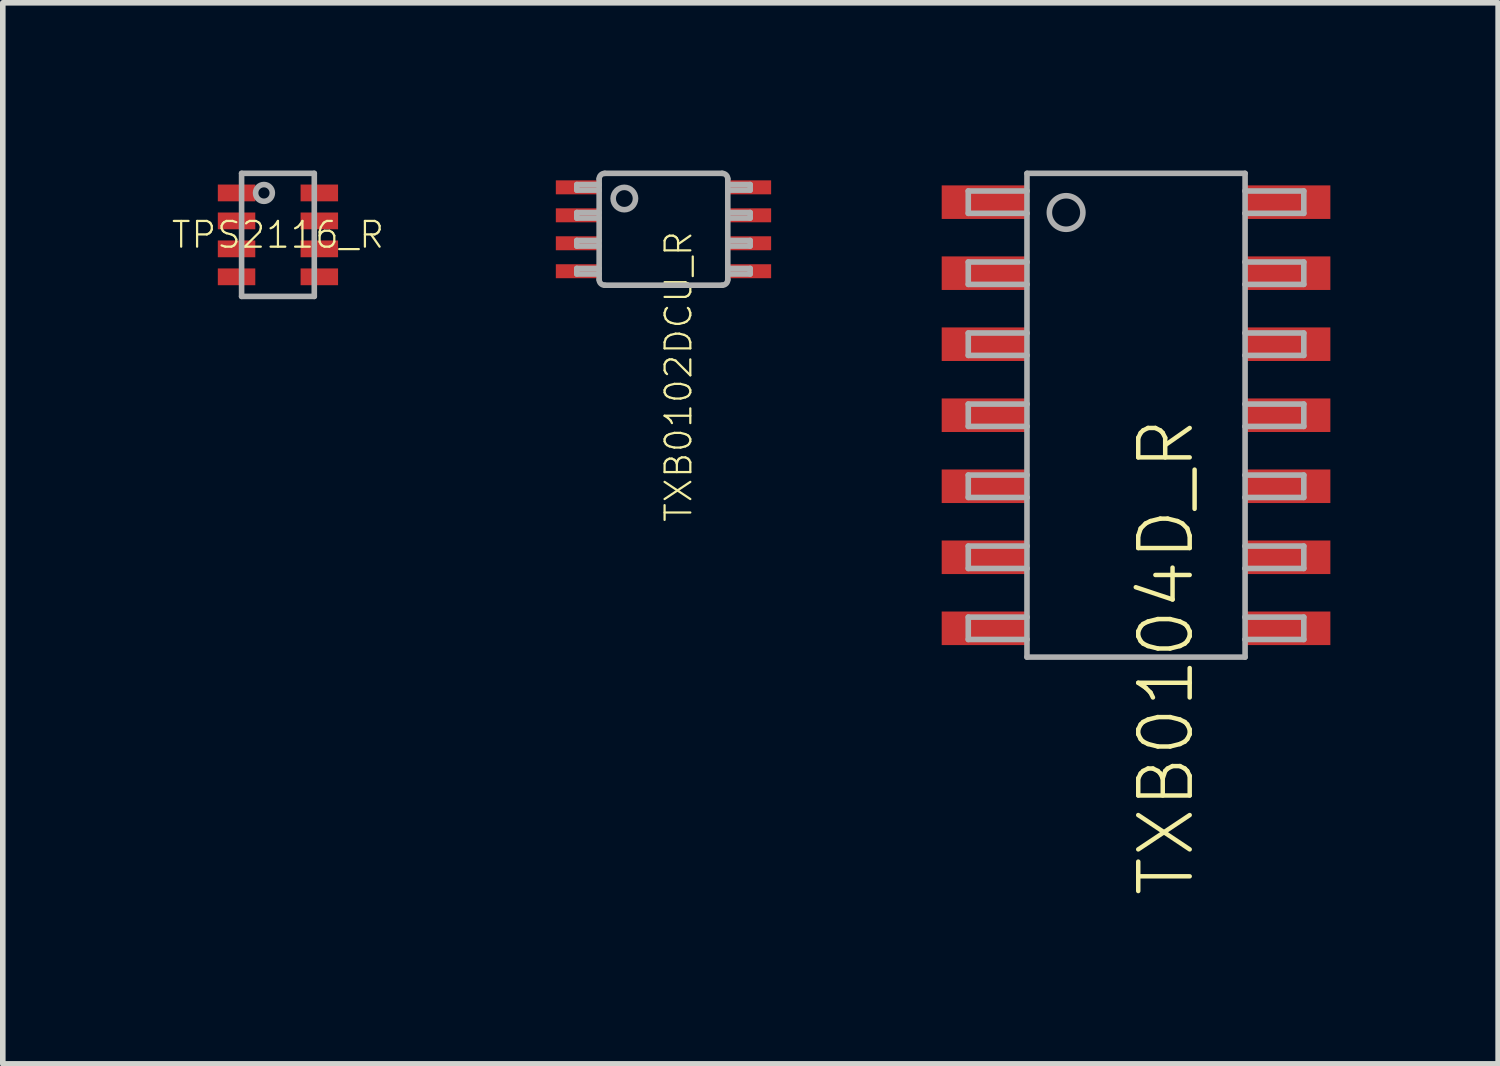
<source format=kicad_pcb>
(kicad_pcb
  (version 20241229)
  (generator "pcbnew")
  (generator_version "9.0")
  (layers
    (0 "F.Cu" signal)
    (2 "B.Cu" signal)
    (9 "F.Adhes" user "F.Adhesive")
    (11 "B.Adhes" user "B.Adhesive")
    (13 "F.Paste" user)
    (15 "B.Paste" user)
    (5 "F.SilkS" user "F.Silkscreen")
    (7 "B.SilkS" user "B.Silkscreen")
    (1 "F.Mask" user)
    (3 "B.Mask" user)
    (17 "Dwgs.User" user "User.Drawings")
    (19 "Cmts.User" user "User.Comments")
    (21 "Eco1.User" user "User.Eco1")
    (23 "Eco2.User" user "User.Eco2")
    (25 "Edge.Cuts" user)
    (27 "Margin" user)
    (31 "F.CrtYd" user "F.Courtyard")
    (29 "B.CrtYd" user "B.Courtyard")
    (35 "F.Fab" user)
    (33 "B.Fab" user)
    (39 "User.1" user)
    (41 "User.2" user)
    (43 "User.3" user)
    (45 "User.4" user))
  (footprint "TXB0104D_R"
    (layer "F.Cu")
    (at 17.264 4.375)
    (property "Reference" "TXB0104D_R" (at 0 0 90) (unlocked yes) (layer "F.SilkS") (effects (font (size 0.92 0.92) (thickness 0.08)) (justify right top)))
    (fp_poly (pts (xy -3.45 -3.535) (xy -1.95 -3.535) (xy -1.95 -4.085) (xy -3.45 -4.085)) (stroke (width 0) (type default)) (fill yes) (layer "F.Paste"))
    (fp_poly (pts (xy -3.45 -2.265) (xy -1.95 -2.265) (xy -1.95 -2.815) (xy -3.45 -2.815)) (stroke (width 0) (type default)) (fill yes) (layer "F.Paste"))
    (fp_poly (pts (xy -3.45 -0.995) (xy -1.95 -0.995) (xy -1.95 -1.545) (xy -3.45 -1.545)) (stroke (width 0) (type default)) (fill yes) (layer "F.Paste"))
    (fp_poly (pts (xy -3.45 0.275) (xy -1.95 0.275) (xy -1.95 -0.275) (xy -3.45 -0.275)) (stroke (width 0) (type default)) (fill yes) (layer "F.Paste"))
    (fp_poly (pts (xy -3.45 1.545) (xy -1.95 1.545) (xy -1.95 0.995) (xy -3.45 0.995)) (stroke (width 0) (type default)) (fill yes) (layer "F.Paste"))
    (fp_poly (pts (xy -3.45 2.815) (xy -1.95 2.815) (xy -1.95 2.265) (xy -3.45 2.265)) (stroke (width 0) (type default)) (fill yes) (layer "F.Paste"))
    (fp_poly (pts (xy -3.45 4.085) (xy -1.95 4.085) (xy -1.95 3.535) (xy -3.45 3.535)) (stroke (width 0) (type default)) (fill yes) (layer "F.Paste"))
    (fp_poly (pts (xy 1.95 -3.535) (xy 3.45 -3.535) (xy 3.45 -4.085) (xy 1.95 -4.085)) (stroke (width 0) (type default)) (fill yes) (layer "F.Paste"))
    (fp_poly (pts (xy 1.95 -2.265) (xy 3.45 -2.265) (xy 3.45 -2.815) (xy 1.95 -2.815)) (stroke (width 0) (type default)) (fill yes) (layer "F.Paste"))
    (fp_poly (pts (xy 1.95 -0.995) (xy 3.45 -0.995) (xy 3.45 -1.545) (xy 1.95 -1.545)) (stroke (width 0) (type default)) (fill yes) (layer "F.Paste"))
    (fp_poly (pts (xy 1.95 0.275) (xy 3.45 0.275) (xy 3.45 -0.275) (xy 1.95 -0.275)) (stroke (width 0) (type default)) (fill yes) (layer "F.Paste"))
    (fp_poly (pts (xy 1.95 1.545) (xy 3.45 1.545) (xy 3.45 0.995) (xy 1.95 0.995)) (stroke (width 0) (type default)) (fill yes) (layer "F.Paste"))
    (fp_poly (pts (xy 1.95 2.815) (xy 3.45 2.815) (xy 3.45 2.265) (xy 1.95 2.265)) (stroke (width 0) (type default)) (fill yes) (layer "F.Paste"))
    (fp_poly (pts (xy 1.95 4.085) (xy 3.45 4.085) (xy 3.45 3.535) (xy 1.95 3.535)) (stroke (width 0) (type default)) (fill yes) (layer "F.Paste"))
    (fp_line (start -3 -4.01) (end -3 -3.61) (stroke (width 0.1) (type solid)) (layer "F.Fab"))
    (fp_line (start -3 -3.61) (end -1.95 -3.61) (stroke (width 0.1) (type solid)) (layer "F.Fab"))
    (fp_line (start -3 -2.74) (end -3 -2.34) (stroke (width 0.1) (type solid)) (layer "F.Fab"))
    (fp_line (start -3 -2.34) (end -1.95 -2.34) (stroke (width 0.1) (type solid)) (layer "F.Fab"))
    (fp_line (start -3 -1.47) (end -3 -1.07) (stroke (width 0.1) (type solid)) (layer "F.Fab"))
    (fp_line (start -3 -1.07) (end -1.95 -1.07) (stroke (width 0.1) (type solid)) (layer "F.Fab"))
    (fp_line (start -3 -0.2) (end -3 0.2) (stroke (width 0.1) (type solid)) (layer "F.Fab"))
    (fp_line (start -3 0.2) (end -1.95 0.2) (stroke (width 0.1) (type solid)) (layer "F.Fab"))
    (fp_line (start -3 1.07) (end -3 1.47) (stroke (width 0.1) (type solid)) (layer "F.Fab"))
    (fp_line (start -3 1.47) (end -1.95 1.47) (stroke (width 0.1) (type solid)) (layer "F.Fab"))
    (fp_line (start -3 2.34) (end -3 2.74) (stroke (width 0.1) (type solid)) (layer "F.Fab"))
    (fp_line (start -3 2.74) (end -1.95 2.74) (stroke (width 0.1) (type solid)) (layer "F.Fab"))
    (fp_line (start -3 3.61) (end -3 4.01) (stroke (width 0.1) (type solid)) (layer "F.Fab"))
    (fp_line (start -3 4.01) (end -1.95 4.01) (stroke (width 0.1) (type solid)) (layer "F.Fab"))
    (fp_line (start -1.95 -4.01) (end -3 -4.01) (stroke (width 0.1) (type solid)) (layer "F.Fab"))
    (fp_line (start -1.95 -4.01) (end -1.95 -4.325) (stroke (width 0.1) (type solid)) (layer "F.Fab"))
    (fp_line (start -1.95 -3.61) (end -1.95 -4.01) (stroke (width 0.1) (type solid)) (layer "F.Fab"))
    (fp_line (start -1.95 -2.74) (end -3 -2.74) (stroke (width 0.1) (type solid)) (layer "F.Fab"))
    (fp_line (start -1.95 -2.74) (end -1.95 -3.61) (stroke (width 0.1) (type solid)) (layer "F.Fab"))
    (fp_line (start -1.95 -2.34) (end -1.95 -2.74) (stroke (width 0.1) (type solid)) (layer "F.Fab"))
    (fp_line (start -1.95 -1.47) (end -3 -1.47) (stroke (width 0.1) (type solid)) (layer "F.Fab"))
    (fp_line (start -1.95 -1.47) (end -1.95 -2.34) (stroke (width 0.1) (type solid)) (layer "F.Fab"))
    (fp_line (start -1.95 -1.07) (end -1.95 -1.47) (stroke (width 0.1) (type solid)) (layer "F.Fab"))
    (fp_line (start -1.95 -0.2) (end -3 -0.2) (stroke (width 0.1) (type solid)) (layer "F.Fab"))
    (fp_line (start -1.95 -0.2) (end -1.95 -1.07) (stroke (width 0.1) (type solid)) (layer "F.Fab"))
    (fp_line (start -1.95 0.2) (end -1.95 -0.2) (stroke (width 0.1) (type solid)) (layer "F.Fab"))
    (fp_line (start -1.95 1.07) (end -3 1.07) (stroke (width 0.1) (type solid)) (layer "F.Fab"))
    (fp_line (start -1.95 1.07) (end -1.95 0.2) (stroke (width 0.1) (type solid)) (layer "F.Fab"))
    (fp_line (start -1.95 1.47) (end -1.95 1.07) (stroke (width 0.1) (type solid)) (layer "F.Fab"))
    (fp_line (start -1.95 2.34) (end -3 2.34) (stroke (width 0.1) (type solid)) (layer "F.Fab"))
    (fp_line (start -1.95 2.34) (end -1.95 1.47) (stroke (width 0.1) (type solid)) (layer "F.Fab"))
    (fp_line (start -1.95 2.74) (end -1.95 2.34) (stroke (width 0.1) (type solid)) (layer "F.Fab"))
    (fp_line (start -1.95 3.61) (end -3 3.61) (stroke (width 0.1) (type solid)) (layer "F.Fab"))
    (fp_line (start -1.95 3.61) (end -1.95 2.74) (stroke (width 0.1) (type solid)) (layer "F.Fab"))
    (fp_line (start -1.95 4.01) (end -1.95 3.61) (stroke (width 0.1) (type solid)) (layer "F.Fab"))
    (fp_line (start -1.95 4.01) (end -1.95 4.325) (stroke (width 0.1) (type solid)) (layer "F.Fab"))
    (fp_line (start -1.95 4.325) (end 1.95 4.325) (stroke (width 0.1) (type solid)) (layer "F.Fab"))
    (fp_line (start 1.95 -4.325) (end -1.95 -4.325) (stroke (width 0.1) (type solid)) (layer "F.Fab"))
    (fp_line (start 1.95 -4.01) (end 1.95 -4.325) (stroke (width 0.1) (type solid)) (layer "F.Fab"))
    (fp_line (start 1.95 -4.01) (end 1.95 -3.61) (stroke (width 0.1) (type solid)) (layer "F.Fab"))
    (fp_line (start 1.95 -3.61) (end 1.95 -2.74) (stroke (width 0.1) (type solid)) (layer "F.Fab"))
    (fp_line (start 1.95 -3.61) (end 3 -3.61) (stroke (width 0.1) (type solid)) (layer "F.Fab"))
    (fp_line (start 1.95 -2.74) (end 1.95 -2.34) (stroke (width 0.1) (type solid)) (layer "F.Fab"))
    (fp_line (start 1.95 -2.34) (end 1.95 -1.47) (stroke (width 0.1) (type solid)) (layer "F.Fab"))
    (fp_line (start 1.95 -2.34) (end 3 -2.34) (stroke (width 0.1) (type solid)) (layer "F.Fab"))
    (fp_line (start 1.95 -1.47) (end 1.95 -1.07) (stroke (width 0.1) (type solid)) (layer "F.Fab"))
    (fp_line (start 1.95 -1.07) (end 1.95 -0.2) (stroke (width 0.1) (type solid)) (layer "F.Fab"))
    (fp_line (start 1.95 -1.07) (end 3 -1.07) (stroke (width 0.1) (type solid)) (layer "F.Fab"))
    (fp_line (start 1.95 -0.2) (end 1.95 0.2) (stroke (width 0.1) (type solid)) (layer "F.Fab"))
    (fp_line (start 1.95 0.2) (end 1.95 1.07) (stroke (width 0.1) (type solid)) (layer "F.Fab"))
    (fp_line (start 1.95 0.2) (end 3 0.2) (stroke (width 0.1) (type solid)) (layer "F.Fab"))
    (fp_line (start 1.95 1.07) (end 1.95 1.47) (stroke (width 0.1) (type solid)) (layer "F.Fab"))
    (fp_line (start 1.95 1.47) (end 1.95 2.34) (stroke (width 0.1) (type solid)) (layer "F.Fab"))
    (fp_line (start 1.95 1.47) (end 3 1.47) (stroke (width 0.1) (type solid)) (layer "F.Fab"))
    (fp_line (start 1.95 2.34) (end 1.95 2.74) (stroke (width 0.1) (type solid)) (layer "F.Fab"))
    (fp_line (start 1.95 2.74) (end 1.95 3.61) (stroke (width 0.1) (type solid)) (layer "F.Fab"))
    (fp_line (start 1.95 2.74) (end 3 2.74) (stroke (width 0.1) (type solid)) (layer "F.Fab"))
    (fp_line (start 1.95 3.61) (end 1.95 4.01) (stroke (width 0.1) (type solid)) (layer "F.Fab"))
    (fp_line (start 1.95 4.01) (end 1.95 4.325) (stroke (width 0.1) (type solid)) (layer "F.Fab"))
    (fp_line (start 1.95 4.01) (end 3 4.01) (stroke (width 0.1) (type solid)) (layer "F.Fab"))
    (fp_line (start 3 -4.01) (end 1.95 -4.01) (stroke (width 0.1) (type solid)) (layer "F.Fab"))
    (fp_line (start 3 -3.61) (end 3 -4.01) (stroke (width 0.1) (type solid)) (layer "F.Fab"))
    (fp_line (start 3 -2.74) (end 1.95 -2.74) (stroke (width 0.1) (type solid)) (layer "F.Fab"))
    (fp_line (start 3 -2.34) (end 3 -2.74) (stroke (width 0.1) (type solid)) (layer "F.Fab"))
    (fp_line (start 3 -1.47) (end 1.95 -1.47) (stroke (width 0.1) (type solid)) (layer "F.Fab"))
    (fp_line (start 3 -1.07) (end 3 -1.47) (stroke (width 0.1) (type solid)) (layer "F.Fab"))
    (fp_line (start 3 -0.2) (end 1.95 -0.2) (stroke (width 0.1) (type solid)) (layer "F.Fab"))
    (fp_line (start 3 0.2) (end 3 -0.2) (stroke (width 0.1) (type solid)) (layer "F.Fab"))
    (fp_line (start 3 1.07) (end 1.95 1.07) (stroke (width 0.1) (type solid)) (layer "F.Fab"))
    (fp_line (start 3 1.47) (end 3 1.07) (stroke (width 0.1) (type solid)) (layer "F.Fab"))
    (fp_line (start 3 2.34) (end 1.95 2.34) (stroke (width 0.1) (type solid)) (layer "F.Fab"))
    (fp_line (start 3 2.74) (end 3 2.34) (stroke (width 0.1) (type solid)) (layer "F.Fab"))
    (fp_line (start 3 3.61) (end 1.95 3.61) (stroke (width 0.1) (type solid)) (layer "F.Fab"))
    (fp_line (start 3 4.01) (end 3 3.61) (stroke (width 0.1) (type solid)) (layer "F.Fab"))
    (fp_circle (center -1.25 -3.625) (end -0.95 -3.625) (stroke (width 0.1) (type solid)) (fill no) (layer "F.Fab"))
    (pad "1" smd rect (at -2.7 -3.81) (size 1.55 0.6) (layers "F.Cu" "F.Mask"))
    (pad "2" smd rect (at -2.7 -2.54) (size 1.55 0.6) (layers "F.Cu" "F.Mask"))
    (pad "3" smd rect (at -2.7 -1.27) (size 1.55 0.6) (layers "F.Cu" "F.Mask"))
    (pad "4" smd rect (at -2.7 0) (size 1.55 0.6) (layers "F.Cu" "F.Mask"))
    (pad "5" smd rect (at -2.7 1.27) (size 1.55 0.6) (layers "F.Cu" "F.Mask"))
    (pad "6" smd rect (at -2.7 2.54) (size 1.55 0.6) (layers "F.Cu" "F.Mask"))
    (pad "7" smd rect (at -2.7 3.81) (size 1.55 0.6) (layers "F.Cu" "F.Mask"))
    (pad "8" smd rect (at 2.7 3.81) (size 1.55 0.6) (layers "F.Cu" "F.Mask"))
    (pad "9" smd rect (at 2.7 2.54) (size 1.55 0.6) (layers "F.Cu" "F.Mask"))
    (pad "10" smd rect (at 2.7 1.27) (size 1.55 0.6) (layers "F.Cu" "F.Mask"))
    (pad "11" smd rect (at 2.7 0) (size 1.55 0.6) (layers "F.Cu" "F.Mask"))
    (pad "12" smd rect (at 2.7 -1.27) (size 1.55 0.6) (layers "F.Cu" "F.Mask"))
    (pad "13" smd rect (at 2.7 -2.54) (size 1.55 0.6) (layers "F.Cu" "F.Mask"))
    (pad "14" smd rect (at 2.7 -3.81) (size 1.55 0.6) (layers "F.Cu" "F.Mask")))
  (footprint "TPS2116_R"
    (layer "F.Cu")
    (at 1.92 1.15)
    (property "Reference" "TPS2116_R" (at 0 0 0) (unlocked yes) (layer "F.SilkS") (effects (font (size 0.46 0.46) (thickness 0.04))))
    (fp_poly (pts (xy -0.405 -0.6) (xy -1.074 -0.6) (xy -1.074 -0.9) (xy -0.405 -0.9)) (stroke (width 0) (type default)) (fill yes) (layer "F.Paste"))
    (fp_poly (pts (xy -0.405 -0.6) (xy -1.074 -0.6) (xy -1.074 -0.9) (xy -0.405 -0.9)) (stroke (width 0) (type default)) (fill yes) (layer "F.Paste"))
    (fp_poly (pts (xy -0.405 -0.6) (xy -1.074 -0.6) (xy -1.074 -0.9) (xy -0.405 -0.9)) (stroke (width 0) (type default)) (fill yes) (layer "F.Paste"))
    (fp_poly (pts (xy -0.405 -0.1) (xy -1.074 -0.1) (xy -1.074 -0.4) (xy -0.405 -0.4)) (stroke (width 0) (type default)) (fill yes) (layer "F.Paste"))
    (fp_poly (pts (xy -0.405 0.4) (xy -1.074 0.4) (xy -1.074 0.1) (xy -0.405 0.1)) (stroke (width 0) (type default)) (fill yes) (layer "F.Paste"))
    (fp_poly (pts (xy -0.405 0.9) (xy -1.074 0.9) (xy -1.074 0.6) (xy -0.405 0.6)) (stroke (width 0) (type default)) (fill yes) (layer "F.Paste"))
    (fp_poly (pts (xy 1.074 -0.6) (xy 0.405 -0.6) (xy 0.405 -0.9) (xy 1.074 -0.9)) (stroke (width 0) (type default)) (fill yes) (layer "F.Paste"))
    (fp_poly (pts (xy 1.074 -0.1) (xy 0.405 -0.1) (xy 0.405 -0.4) (xy 1.074 -0.4)) (stroke (width 0) (type default)) (fill yes) (layer "F.Paste"))
    (fp_poly (pts (xy 1.074 0.4) (xy 0.405 0.4) (xy 0.405 0.1) (xy 1.074 0.1)) (stroke (width 0) (type default)) (fill yes) (layer "F.Paste"))
    (fp_poly (pts (xy 1.074 0.9) (xy 0.405 0.9) (xy 0.405 0.6) (xy 1.074 0.6)) (stroke (width 0) (type default)) (fill yes) (layer "F.Paste"))
    (fp_line (start -0.65 -1.1) (end -0.65 1.1) (stroke (width 0.1) (type solid)) (layer "F.Fab"))
    (fp_line (start -0.65 1.1) (end 0.65 1.1) (stroke (width 0.1) (type solid)) (layer "F.Fab"))
    (fp_line (start 0.65 -1.1) (end -0.65 -1.1) (stroke (width 0.1) (type solid)) (layer "F.Fab"))
    (fp_line (start 0.65 1.1) (end 0.65 -1.1) (stroke (width 0.1) (type solid)) (layer "F.Fab"))
    (fp_circle (center -0.25 -0.75) (end -0.1 -0.75) (stroke (width 0.1) (type solid)) (fill no) (layer "F.Fab"))
    (pad "1" smd rect (at -0.74 -0.75) (size 0.67 0.3) (layers "F.Cu" "F.Mask"))
    (pad "2" smd rect (at -0.74 -0.25) (size 0.67 0.3) (layers "F.Cu" "F.Mask"))
    (pad "3" smd rect (at -0.74 0.25) (size 0.67 0.3) (layers "F.Cu" "F.Mask"))
    (pad "4" smd rect (at -0.74 0.75) (size 0.67 0.3) (layers "F.Cu" "F.Mask"))
    (pad "5" smd rect (at 0.74 0.75) (size 0.67 0.3) (layers "F.Cu" "F.Mask"))
    (pad "6" smd rect (at 0.74 0.25) (size 0.67 0.3) (layers "F.Cu" "F.Mask"))
    (pad "7" smd rect (at 0.74 -0.25) (size 0.67 0.3) (layers "F.Cu" "F.Mask"))
    (pad "8" smd rect (at 0.74 -0.75) (size 0.67 0.3) (layers "F.Cu" "F.Mask")))
  (footprint "TXB0102DCU_R"
    (layer "F.Cu")
    (at 8.814 1.05)
    (property "Reference" "TXB0102DCU_R" (at 0 0 90) (unlocked yes) (layer "F.SilkS") (effects (font (size 0.46 0.46) (thickness 0.04)) (justify right top)))
    (fp_poly (pts (xy -1.975 -0.575) (xy -1.125 -0.575) (xy -1.125 -0.925) (xy -1.975 -0.925)) (stroke (width 0) (type default)) (fill yes) (layer "F.Mask"))
    (fp_poly (pts (xy -1.975 -0.075) (xy -1.125 -0.075) (xy -1.125 -0.425) (xy -1.975 -0.425)) (stroke (width 0) (type default)) (fill yes) (layer "F.Mask"))
    (fp_poly (pts (xy -1.975 0.425) (xy -1.125 0.425) (xy -1.125 0.075) (xy -1.975 0.075)) (stroke (width 0) (type default)) (fill yes) (layer "F.Mask"))
    (fp_poly (pts (xy -1.975 0.925) (xy -1.125 0.925) (xy -1.125 0.575) (xy -1.975 0.575)) (stroke (width 0) (type default)) (fill yes) (layer "F.Mask"))
    (fp_poly (pts (xy 1.975 -0.925) (xy 1.125 -0.925) (xy 1.125 -0.575) (xy 1.975 -0.575)) (stroke (width 0) (type default)) (fill yes) (layer "F.Mask"))
    (fp_poly (pts (xy 1.975 -0.425) (xy 1.125 -0.425) (xy 1.125 -0.075) (xy 1.975 -0.075)) (stroke (width 0) (type default)) (fill yes) (layer "F.Mask"))
    (fp_poly (pts (xy 1.975 0.075) (xy 1.125 0.075) (xy 1.125 0.425) (xy 1.975 0.425)) (stroke (width 0) (type default)) (fill yes) (layer "F.Mask"))
    (fp_poly (pts (xy 1.975 0.575) (xy 1.125 0.575) (xy 1.125 0.925) (xy 1.975 0.925)) (stroke (width 0) (type default)) (fill yes) (layer "F.Mask"))
    (fp_line (start -1.55 -0.8) (end -1.55 -0.7) (stroke (width 0.1) (type solid)) (layer "F.Fab"))
    (fp_line (start -1.55 -0.7) (end -1.15 -0.7) (stroke (width 0.1) (type solid)) (layer "F.Fab"))
    (fp_line (start -1.55 -0.3) (end -1.55 -0.2) (stroke (width 0.1) (type solid)) (layer "F.Fab"))
    (fp_line (start -1.55 -0.2) (end -1.15 -0.2) (stroke (width 0.1) (type solid)) (layer "F.Fab"))
    (fp_line (start -1.55 0.2) (end -1.55 0.3) (stroke (width 0.1) (type solid)) (layer "F.Fab"))
    (fp_line (start -1.55 0.3) (end -1.15 0.3) (stroke (width 0.1) (type solid)) (layer "F.Fab"))
    (fp_line (start -1.55 0.7) (end -1.55 0.8) (stroke (width 0.1) (type solid)) (layer "F.Fab"))
    (fp_line (start -1.55 0.8) (end -1.15 0.8) (stroke (width 0.1) (type solid)) (layer "F.Fab"))
    (fp_line (start -1.15 -0.9) (end -1.15 -0.8) (stroke (width 0.1) (type solid)) (layer "F.Fab"))
    (fp_line (start -1.15 -0.8) (end -1.55 -0.8) (stroke (width 0.1) (type solid)) (layer "F.Fab"))
    (fp_line (start -1.15 -0.8) (end -1.15 -0.7) (stroke (width 0.1) (type solid)) (layer "F.Fab"))
    (fp_line (start -1.15 -0.7) (end -1.15 0.9) (stroke (width 0.1) (type solid)) (layer "F.Fab"))
    (fp_line (start -1.15 -0.3) (end -1.55 -0.3) (stroke (width 0.1) (type solid)) (layer "F.Fab"))
    (fp_line (start -1.15 0.2) (end -1.55 0.2) (stroke (width 0.1) (type solid)) (layer "F.Fab"))
    (fp_line (start -1.15 0.7) (end -1.55 0.7) (stroke (width 0.1) (type solid)) (layer "F.Fab"))
    (fp_line (start -1.05 -1) (end 1.05 -1) (stroke (width 0.1) (type solid)) (layer "F.Fab"))
    (fp_line (start -1.05 1) (end 1.05 1) (stroke (width 0.1) (type solid)) (layer "F.Fab"))
    (fp_line (start 1.15 -0.7) (end 1.55 -0.7) (stroke (width 0.1) (type solid)) (layer "F.Fab"))
    (fp_line (start 1.15 -0.2) (end 1.55 -0.2) (stroke (width 0.1) (type solid)) (layer "F.Fab"))
    (fp_line (start 1.15 0.3) (end 1.55 0.3) (stroke (width 0.1) (type solid)) (layer "F.Fab"))
    (fp_line (start 1.15 0.8) (end 1.55 0.8) (stroke (width 0.1) (type solid)) (layer "F.Fab"))
    (fp_line (start 1.15 0.9) (end 1.15 -0.9) (stroke (width 0.1) (type solid)) (layer "F.Fab"))
    (fp_line (start 1.55 -0.8) (end 1.15 -0.8) (stroke (width 0.1) (type solid)) (layer "F.Fab"))
    (fp_line (start 1.55 -0.7) (end 1.55 -0.8) (stroke (width 0.1) (type solid)) (layer "F.Fab"))
    (fp_line (start 1.55 -0.3) (end 1.15 -0.3) (stroke (width 0.1) (type solid)) (layer "F.Fab"))
    (fp_line (start 1.55 -0.2) (end 1.55 -0.3) (stroke (width 0.1) (type solid)) (layer "F.Fab"))
    (fp_line (start 1.55 0.2) (end 1.15 0.2) (stroke (width 0.1) (type solid)) (layer "F.Fab"))
    (fp_line (start 1.55 0.3) (end 1.55 0.2) (stroke (width 0.1) (type solid)) (layer "F.Fab"))
    (fp_line (start 1.55 0.7) (end 1.15 0.7) (stroke (width 0.1) (type solid)) (layer "F.Fab"))
    (fp_line (start 1.55 0.8) (end 1.55 0.7) (stroke (width 0.1) (type solid)) (layer "F.Fab"))
    (fp_arc (start -1.15 -0.9) (mid -1.120711 -0.970711) (end -1.05 -1) (stroke (width 0.1) (type solid)) (layer "F.Fab"))
    (fp_arc (start -1.05 1) (mid -1.120711 0.970711) (end -1.15 0.9) (stroke (width 0.1) (type solid)) (layer "F.Fab"))
    (fp_arc (start 1.05 -1) (mid 1.120711 -0.970711) (end 1.15 -0.9) (stroke (width 0.1) (type solid)) (layer "F.Fab"))
    (fp_arc (start 1.15 0.9) (mid 1.120711 0.970711) (end 1.05 1) (stroke (width 0.1) (type solid)) (layer "F.Fab"))
    (fp_circle (center -0.7 -0.55) (end -0.5 -0.55) (stroke (width 0.1) (type solid)) (fill no) (layer "F.Fab"))
    (pad "1" smd rect (at -1.55 -0.75 270) (size 0.25 0.75) (layers "F.Cu" "F.Paste"))
    (pad "2" smd rect (at -1.55 -0.25 270) (size 0.25 0.75) (layers "F.Cu" "F.Paste"))
    (pad "3" smd rect (at -1.55 0.25 270) (size 0.25 0.75) (layers "F.Cu" "F.Paste"))
    (pad "4" smd rect (at -1.55 0.75 270) (size 0.25 0.75) (layers "F.Cu" "F.Paste"))
    (pad "5" smd rect (at 1.55 0.75 270) (size 0.25 0.75) (layers "F.Cu" "F.Paste"))
    (pad "6" smd rect (at 1.55 0.25 270) (size 0.25 0.75) (layers "F.Cu" "F.Paste"))
    (pad "7" smd rect (at 1.55 -0.25 270) (size 0.25 0.75) (layers "F.Cu" "F.Paste"))
    (pad "8" smd rect (at 1.55 -0.75 270) (size 0.25 0.75) (layers "F.Cu" "F.Paste")))
  (gr_rect
    (start -3 -3)
    (end 23.739 15.974)
    (stroke (width 0.1) (type default))
    (fill no)
    (layer "Edge.Cuts")))
</source>
